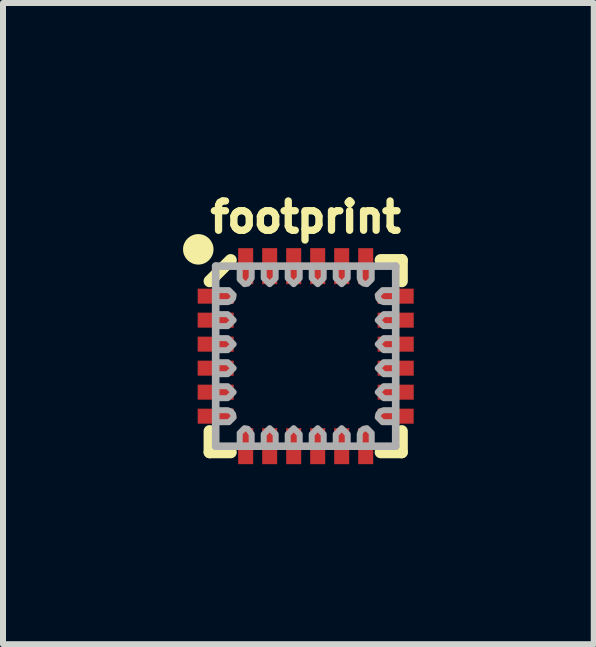
<source format=kicad_pcb>
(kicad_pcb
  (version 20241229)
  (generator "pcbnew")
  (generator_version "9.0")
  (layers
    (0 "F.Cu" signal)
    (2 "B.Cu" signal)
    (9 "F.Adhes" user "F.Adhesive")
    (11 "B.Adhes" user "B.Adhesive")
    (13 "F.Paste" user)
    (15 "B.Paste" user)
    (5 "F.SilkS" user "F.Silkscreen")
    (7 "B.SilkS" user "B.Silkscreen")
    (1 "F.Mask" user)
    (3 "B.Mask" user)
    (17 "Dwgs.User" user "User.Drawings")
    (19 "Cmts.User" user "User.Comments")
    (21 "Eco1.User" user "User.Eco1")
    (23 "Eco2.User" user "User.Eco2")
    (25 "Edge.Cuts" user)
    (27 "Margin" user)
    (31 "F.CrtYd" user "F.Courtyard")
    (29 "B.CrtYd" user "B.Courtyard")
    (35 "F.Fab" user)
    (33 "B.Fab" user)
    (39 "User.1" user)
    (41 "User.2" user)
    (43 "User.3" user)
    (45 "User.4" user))
  (footprint "footprint"
    (layer "F.Cu")
    (at 2.044 2.885)
    (property "Reference" "footprint" (at 0 -2.032 0) (layer "F.SilkS") (effects (font (size 0.488 0.488) (thickness 0.122)) (justify bottom)))
    (fp_poly (pts (xy -1.199 -1.021) (xy -1.199 -0.874) (xy -1.501 -0.874) (xy -1.501 -1.126) (xy -1.304 -1.126)) (stroke (width 0) (type solid)) (fill yes) (layer "F.Cu"))
    (fp_poly (pts (xy -1.199 1.021) (xy -1.304 1.126) (xy -1.501 1.126) (xy -1.501 0.874) (xy -1.199 0.874)) (stroke (width 0) (type solid)) (fill yes) (layer "F.Cu"))
    (fp_poly (pts (xy -0.874 -1.199) (xy -1.021 -1.199) (xy -1.126 -1.304) (xy -1.126 -1.501) (xy -0.874 -1.501)) (stroke (width 0) (type solid)) (fill yes) (layer "F.Cu"))
    (fp_poly (pts (xy -0.874 1.501) (xy -1.126 1.501) (xy -1.126 1.304) (xy -1.021 1.199) (xy -0.874 1.199)) (stroke (width 0) (type solid)) (fill yes) (layer "F.Cu"))
    (fp_poly (pts (xy 1.126 -1.304) (xy 1.021 -1.199) (xy 0.874 -1.199) (xy 0.874 -1.501) (xy 1.126 -1.501)) (stroke (width 0) (type solid)) (fill yes) (layer "F.Cu"))
    (fp_poly (pts (xy 1.126 1.304) (xy 1.126 1.501) (xy 0.874 1.501) (xy 0.874 1.199) (xy 1.021 1.199)) (stroke (width 0) (type solid)) (fill yes) (layer "F.Cu"))
    (fp_poly (pts (xy 1.501 -0.874) (xy 1.199 -0.874) (xy 1.199 -1.021) (xy 1.304 -1.126) (xy 1.501 -1.126)) (stroke (width 0) (type solid)) (fill yes) (layer "F.Cu"))
    (fp_poly (pts (xy 1.501 1.126) (xy 1.304 1.126) (xy 1.199 1.021) (xy 1.199 0.874) (xy 1.501 0.874)) (stroke (width 0) (type solid)) (fill yes) (layer "F.Cu"))
    (fp_poly (pts (xy -1.226 -1.203) (xy -1.226 -1.099) (xy -0.773 -1.099) (xy -0.773 -1.203)) (stroke (width 0) (type solid)) (fill yes) (layer "F.Mask"))
    (fp_poly (pts (xy -1.203 -0.773) (xy -1.099 -0.773) (xy -1.099 -1.226) (xy -1.203 -1.226)) (stroke (width 0) (type solid)) (fill yes) (layer "F.Mask"))
    (fp_poly (pts (xy -1.203 1.226) (xy -1.099 1.226) (xy -1.099 0.773) (xy -1.203 0.773)) (stroke (width 0) (type solid)) (fill yes) (layer "F.Mask"))
    (fp_poly (pts (xy -0.773 1.203) (xy -0.773 1.099) (xy -1.226 1.099) (xy -1.226 1.203)) (stroke (width 0) (type solid)) (fill yes) (layer "F.Mask"))
    (fp_poly (pts (xy 0.773 -1.203) (xy 0.773 -1.099) (xy 1.226 -1.099) (xy 1.226 -1.203)) (stroke (width 0) (type solid)) (fill yes) (layer "F.Mask"))
    (fp_poly (pts (xy 1.203 -1.226) (xy 1.099 -1.226) (xy 1.099 -0.773) (xy 1.203 -0.773)) (stroke (width 0) (type solid)) (fill yes) (layer "F.Mask"))
    (fp_poly (pts (xy 1.203 0.773) (xy 1.099 0.773) (xy 1.099 1.226) (xy 1.203 1.226)) (stroke (width 0) (type solid)) (fill yes) (layer "F.Mask"))
    (fp_poly (pts (xy 1.226 1.203) (xy 1.226 1.099) (xy 0.773 1.099) (xy 0.773 1.203)) (stroke (width 0) (type solid)) (fill yes) (layer "F.Mask"))
    (fp_line (start -1.6 -1.25) (end -1.25 -1.6) (stroke (width 0.203) (type solid)) (layer "F.SilkS"))
    (fp_line (start -1.6 1.25) (end -1.6 1.6) (stroke (width 0.203) (type solid)) (layer "F.SilkS"))
    (fp_line (start -1.6 1.6) (end -1.25 1.6) (stroke (width 0.203) (type solid)) (layer "F.SilkS"))
    (fp_line (start 1.25 1.6) (end 1.6 1.6) (stroke (width 0.203) (type solid)) (layer "F.SilkS"))
    (fp_line (start 1.6 -1.6) (end 1.25 -1.6) (stroke (width 0.203) (type solid)) (layer "F.SilkS"))
    (fp_line (start 1.6 -1.25) (end 1.6 -1.6) (stroke (width 0.203) (type solid)) (layer "F.SilkS"))
    (fp_line (start 1.6 1.6) (end 1.6 1.25) (stroke (width 0.203) (type solid)) (layer "F.SilkS"))
    (fp_circle (center -1.79 -1.78) (end -1.663 -1.78) (stroke (width 0.254) (type solid)) (fill yes) (layer "F.SilkS"))
    (fp_poly (pts (xy -1.725 -0.875) (xy -1.275 -0.875) (xy -1.275 -1.125) (xy -1.725 -1.125)) (stroke (width 0) (type solid)) (fill yes) (layer "F.Paste"))
    (fp_poly (pts (xy -1.725 -0.475) (xy -1.275 -0.475) (xy -1.275 -0.725) (xy -1.725 -0.725)) (stroke (width 0) (type solid)) (fill yes) (layer "F.Paste"))
    (fp_poly (pts (xy -1.725 -0.075) (xy -1.275 -0.075) (xy -1.275 -0.325) (xy -1.725 -0.325)) (stroke (width 0) (type solid)) (fill yes) (layer "F.Paste"))
    (fp_poly (pts (xy -1.725 0.325) (xy -1.275 0.325) (xy -1.275 0.075) (xy -1.725 0.075)) (stroke (width 0) (type solid)) (fill yes) (layer "F.Paste"))
    (fp_poly (pts (xy -1.725 0.725) (xy -1.275 0.725) (xy -1.275 0.475) (xy -1.725 0.475)) (stroke (width 0) (type solid)) (fill yes) (layer "F.Paste"))
    (fp_poly (pts (xy -1.725 1.125) (xy -1.275 1.125) (xy -1.275 0.875) (xy -1.725 0.875)) (stroke (width 0) (type solid)) (fill yes) (layer "F.Paste"))
    (fp_poly (pts (xy -1.125 -1.725) (xy -1.125 -1.275) (xy -0.875 -1.275) (xy -0.875 -1.725)) (stroke (width 0) (type solid)) (fill yes) (layer "F.Paste"))
    (fp_poly (pts (xy -0.875 1.725) (xy -0.875 1.275) (xy -1.125 1.275) (xy -1.125 1.725)) (stroke (width 0) (type solid)) (fill yes) (layer "F.Paste"))
    (fp_poly (pts (xy -0.725 -1.725) (xy -0.725 -1.275) (xy -0.475 -1.275) (xy -0.475 -1.725)) (stroke (width 0) (type solid)) (fill yes) (layer "F.Paste"))
    (fp_poly (pts (xy -0.475 1.725) (xy -0.475 1.275) (xy -0.725 1.275) (xy -0.725 1.725)) (stroke (width 0) (type solid)) (fill yes) (layer "F.Paste"))
    (fp_poly (pts (xy -0.325 -1.725) (xy -0.325 -1.275) (xy -0.075 -1.275) (xy -0.075 -1.725)) (stroke (width 0) (type solid)) (fill yes) (layer "F.Paste"))
    (fp_poly (pts (xy -0.075 1.725) (xy -0.075 1.275) (xy -0.325 1.275) (xy -0.325 1.725)) (stroke (width 0) (type solid)) (fill yes) (layer "F.Paste"))
    (fp_poly (pts (xy 0.075 -1.725) (xy 0.075 -1.275) (xy 0.325 -1.275) (xy 0.325 -1.725)) (stroke (width 0) (type solid)) (fill yes) (layer "F.Paste"))
    (fp_poly (pts (xy 0.325 1.725) (xy 0.325 1.275) (xy 0.075 1.275) (xy 0.075 1.725)) (stroke (width 0) (type solid)) (fill yes) (layer "F.Paste"))
    (fp_poly (pts (xy 0.475 -1.725) (xy 0.475 -1.275) (xy 0.725 -1.275) (xy 0.725 -1.725)) (stroke (width 0) (type solid)) (fill yes) (layer "F.Paste"))
    (fp_poly (pts (xy 0.725 1.725) (xy 0.725 1.275) (xy 0.475 1.275) (xy 0.475 1.725)) (stroke (width 0) (type solid)) (fill yes) (layer "F.Paste"))
    (fp_poly (pts (xy 0.875 -1.725) (xy 0.875 -1.275) (xy 1.125 -1.275) (xy 1.125 -1.725)) (stroke (width 0) (type solid)) (fill yes) (layer "F.Paste"))
    (fp_poly (pts (xy 1.125 1.725) (xy 1.125 1.275) (xy 0.875 1.275) (xy 0.875 1.725)) (stroke (width 0) (type solid)) (fill yes) (layer "F.Paste"))
    (fp_poly (pts (xy 1.725 -1.125) (xy 1.275 -1.125) (xy 1.275 -0.875) (xy 1.725 -0.875)) (stroke (width 0) (type solid)) (fill yes) (layer "F.Paste"))
    (fp_poly (pts (xy 1.725 -0.725) (xy 1.275 -0.725) (xy 1.275 -0.475) (xy 1.725 -0.475)) (stroke (width 0) (type solid)) (fill yes) (layer "F.Paste"))
    (fp_poly (pts (xy 1.725 -0.325) (xy 1.275 -0.325) (xy 1.275 -0.075) (xy 1.725 -0.075)) (stroke (width 0) (type solid)) (fill yes) (layer "F.Paste"))
    (fp_poly (pts (xy 1.725 0.075) (xy 1.275 0.075) (xy 1.275 0.325) (xy 1.725 0.325)) (stroke (width 0) (type solid)) (fill yes) (layer "F.Paste"))
    (fp_poly (pts (xy 1.725 0.475) (xy 1.275 0.475) (xy 1.275 0.725) (xy 1.725 0.725)) (stroke (width 0) (type solid)) (fill yes) (layer "F.Paste"))
    (fp_poly (pts (xy 1.725 0.875) (xy 1.275 0.875) (xy 1.275 1.125) (xy 1.725 1.125)) (stroke (width 0) (type solid)) (fill yes) (layer "F.Paste"))
    (fp_line (start -1.5 -1.5) (end -1.5 1.5) (stroke (width 0.127) (type solid)) (layer "F.Fab"))
    (fp_line (start -1.5 1.5) (end 1.5 1.5) (stroke (width 0.127) (type solid)) (layer "F.Fab"))
    (fp_line (start 1.5 -1.5) (end -1.5 -1.5) (stroke (width 0.127) (type solid)) (layer "F.Fab"))
    (fp_line (start 1.5 1.5) (end 1.5 -1.5) (stroke (width 0.127) (type solid)) (layer "F.Fab"))
    (fp_poly (pts (xy -1.2 -0.6) (xy -1.3 -0.5) (xy -1.5 -0.5) (xy -1.5 -0.7) (xy -1.3 -0.7)) (stroke (width 0.1) (type solid)) (fill no) (layer "F.Fab"))
    (fp_poly (pts (xy -1.2 -0.2) (xy -1.3 -0.1) (xy -1.5 -0.1) (xy -1.5 -0.3) (xy -1.3 -0.3)) (stroke (width 0.1) (type solid)) (fill no) (layer "F.Fab"))
    (fp_poly (pts (xy -1.2 0.2) (xy -1.3 0.3) (xy -1.5 0.3) (xy -1.5 0.1) (xy -1.3 0.1)) (stroke (width 0.1) (type solid)) (fill no) (layer "F.Fab"))
    (fp_poly (pts (xy -1.2 0.6) (xy -1.3 0.7) (xy -1.5 0.7) (xy -1.5 0.5) (xy -1.3 0.5)) (stroke (width 0.1) (type solid)) (fill no) (layer "F.Fab"))
    (fp_poly (pts (xy -0.5 -1.3) (xy -0.6 -1.2) (xy -0.7 -1.3) (xy -0.7 -1.5) (xy -0.5 -1.5)) (stroke (width 0.1) (type solid)) (fill no) (layer "F.Fab"))
    (fp_poly (pts (xy -0.5 1.3) (xy -0.5 1.5) (xy -0.7 1.5) (xy -0.7 1.3) (xy -0.6 1.2)) (stroke (width 0.1) (type solid)) (fill no) (layer "F.Fab"))
    (fp_poly (pts (xy -0.1 -1.3) (xy -0.2 -1.2) (xy -0.3 -1.3) (xy -0.3 -1.5) (xy -0.1 -1.5)) (stroke (width 0.1) (type solid)) (fill no) (layer "F.Fab"))
    (fp_poly (pts (xy -0.1 1.3) (xy -0.1 1.5) (xy -0.3 1.5) (xy -0.3 1.3) (xy -0.2 1.2)) (stroke (width 0.1) (type solid)) (fill no) (layer "F.Fab"))
    (fp_poly (pts (xy 0.3 -1.3) (xy 0.2 -1.2) (xy 0.1 -1.3) (xy 0.1 -1.5) (xy 0.3 -1.5)) (stroke (width 0.1) (type solid)) (fill no) (layer "F.Fab"))
    (fp_poly (pts (xy 0.3 1.3) (xy 0.3 1.5) (xy 0.1 1.5) (xy 0.1 1.3) (xy 0.2 1.2)) (stroke (width 0.1) (type solid)) (fill no) (layer "F.Fab"))
    (fp_poly (pts (xy 0.7 -1.3) (xy 0.6 -1.2) (xy 0.5 -1.3) (xy 0.5 -1.5) (xy 0.7 -1.5)) (stroke (width 0.1) (type solid)) (fill no) (layer "F.Fab"))
    (fp_poly (pts (xy 0.7 1.3) (xy 0.7 1.5) (xy 0.5 1.5) (xy 0.5 1.3) (xy 0.6 1.2)) (stroke (width 0.1) (type solid)) (fill no) (layer "F.Fab"))
    (fp_poly (pts (xy 1.5 -0.5) (xy 1.3 -0.5) (xy 1.2 -0.6) (xy 1.3 -0.7) (xy 1.5 -0.7)) (stroke (width 0.1) (type solid)) (fill no) (layer "F.Fab"))
    (fp_poly (pts (xy 1.5 -0.1) (xy 1.3 -0.1) (xy 1.2 -0.2) (xy 1.3 -0.3) (xy 1.5 -0.3)) (stroke (width 0.1) (type solid)) (fill no) (layer "F.Fab"))
    (fp_poly (pts (xy 1.5 0.3) (xy 1.3 0.3) (xy 1.2 0.2) (xy 1.3 0.1) (xy 1.5 0.1)) (stroke (width 0.1) (type solid)) (fill no) (layer "F.Fab"))
    (fp_poly (pts (xy 1.5 0.7) (xy 1.3 0.7) (xy 1.2 0.6) (xy 1.3 0.5) (xy 1.5 0.5)) (stroke (width 0.1) (type solid)) (fill no) (layer "F.Fab"))
    (fp_poly (pts (xy -0.964 1.21) (xy -0.9 1.3) (xy -0.9 1.5) (xy -1.1 1.5) (xy -1.1 1.28) (xy -1.02 1.2)) (stroke (width 0.1) (type solid)) (fill no) (layer "F.Fab"))
    (fp_poly (pts (xy -0.9 -1.3) (xy -0.964 -1.21) (xy -1.02 -1.2) (xy -1.1 -1.28) (xy -1.1 -1.5) (xy -0.9 -1.5)) (stroke (width 0.1) (type solid)) (fill no) (layer "F.Fab"))
    (fp_poly (pts (xy -1.246 0.92) (xy -1.21 0.964) (xy -1.2 1.02) (xy -1.28 1.1) (xy -1.5 1.1) (xy -1.5 0.9) (xy -1.3 0.9)) (stroke (width 0.1) (type solid)) (fill no) (layer "F.Fab"))
    (fp_poly (pts (xy -1.2 -1.02) (xy -1.21 -0.964) (xy -1.246 -0.92) (xy -1.3 -0.9) (xy -1.5 -0.9) (xy -1.5 -1.1) (xy -1.28 -1.1)) (stroke (width 0.1) (type solid)) (fill no) (layer "F.Fab"))
    (fp_poly (pts (xy 1.1 -1.28) (xy 1.02 -1.2) (xy 0.964 -1.21) (xy 0.92 -1.246) (xy 0.9 -1.3) (xy 0.9 -1.5) (xy 1.1 -1.5)) (stroke (width 0.1) (type solid)) (fill no) (layer "F.Fab"))
    (fp_poly (pts (xy 1.1 1.28) (xy 1.1 1.5) (xy 0.9 1.5) (xy 0.9 1.3) (xy 0.92 1.246) (xy 0.964 1.21) (xy 1.02 1.2)) (stroke (width 0.1) (type solid)) (fill no) (layer "F.Fab"))
    (fp_poly (pts (xy 1.5 -0.9) (xy 1.3 -0.9) (xy 1.246 -0.92) (xy 1.21 -0.964) (xy 1.2 -1.02) (xy 1.28 -1.1) (xy 1.5 -1.1)) (stroke (width 0.1) (type solid)) (fill no) (layer "F.Fab"))
    (fp_poly (pts (xy 1.5 1.1) (xy 1.28 1.1) (xy 1.2 1.02) (xy 1.21 0.964) (xy 1.246 0.92) (xy 1.3 0.9) (xy 1.5 0.9)) (stroke (width 0.1) (type solid)) (fill no) (layer "F.Fab"))
    (pad "1" smd rect (at -1.552 -1 90) (size 0.25 0.495) (layers "F.Cu" "F.Mask"))
    (pad "2" smd rect (at -1.5 -0.6 90) (size 0.25 0.6) (layers "F.Cu" "F.Mask"))
    (pad "3" smd rect (at -1.5 -0.2 90) (size 0.25 0.6) (layers "F.Cu" "F.Mask"))
    (pad "4" smd rect (at -1.5 0.2 90) (size 0.25 0.6) (layers "F.Cu" "F.Mask"))
    (pad "5" smd rect (at -1.5 0.6 90) (size 0.25 0.6) (layers "F.Cu" "F.Mask"))
    (pad "6" smd rect (at -1.552 1 90) (size 0.25 0.495) (layers "F.Cu" "F.Mask"))
    (pad "7" smd rect (at -1 1.552 180) (size 0.25 0.495) (layers "F.Cu" "F.Mask"))
    (pad "8" smd rect (at -0.6 1.5 180) (size 0.25 0.6) (layers "F.Cu" "F.Mask"))
    (pad "9" smd rect (at -0.2 1.5 180) (size 0.25 0.6) (layers "F.Cu" "F.Mask"))
    (pad "10" smd rect (at 0.2 1.5 180) (size 0.25 0.6) (layers "F.Cu" "F.Mask"))
    (pad "11" smd rect (at 0.6 1.5 180) (size 0.25 0.6) (layers "F.Cu" "F.Mask"))
    (pad "12" smd rect (at 1 1.552 180) (size 0.25 0.495) (layers "F.Cu" "F.Mask"))
    (pad "13" smd rect (at 1.552 1 270) (size 0.25 0.495) (layers "F.Cu" "F.Mask"))
    (pad "14" smd rect (at 1.5 0.6 270) (size 0.25 0.6) (layers "F.Cu" "F.Mask"))
    (pad "15" smd rect (at 1.5 0.2 270) (size 0.25 0.6) (layers "F.Cu" "F.Mask"))
    (pad "16" smd rect (at 1.5 -0.2 270) (size 0.25 0.6) (layers "F.Cu" "F.Mask"))
    (pad "17" smd rect (at 1.5 -0.6 270) (size 0.25 0.6) (layers "F.Cu" "F.Mask"))
    (pad "18" smd rect (at 1.552 -1 270) (size 0.25 0.495) (layers "F.Cu" "F.Mask"))
    (pad "19" smd rect (at 1 -1.552) (size 0.25 0.495) (layers "F.Cu" "F.Mask"))
    (pad "20" smd rect (at 0.6 -1.5) (size 0.25 0.6) (layers "F.Cu" "F.Mask"))
    (pad "21" smd rect (at 0.2 -1.5) (size 0.25 0.6) (layers "F.Cu" "F.Mask"))
    (pad "22" smd rect (at -0.2 -1.5) (size 0.25 0.6) (layers "F.Cu" "F.Mask"))
    (pad "23" smd rect (at -0.6 -1.5) (size 0.25 0.6) (layers "F.Cu" "F.Mask"))
    (pad "24" smd rect (at -1 -1.552) (size 0.25 0.495) (layers "F.Cu" "F.Mask")))
  (gr_rect
    (start -3 -3)
    (end 6.844 7.685)
    (stroke (width 0.1) (type default))
    (fill no)
    (layer "Edge.Cuts")))
</source>
